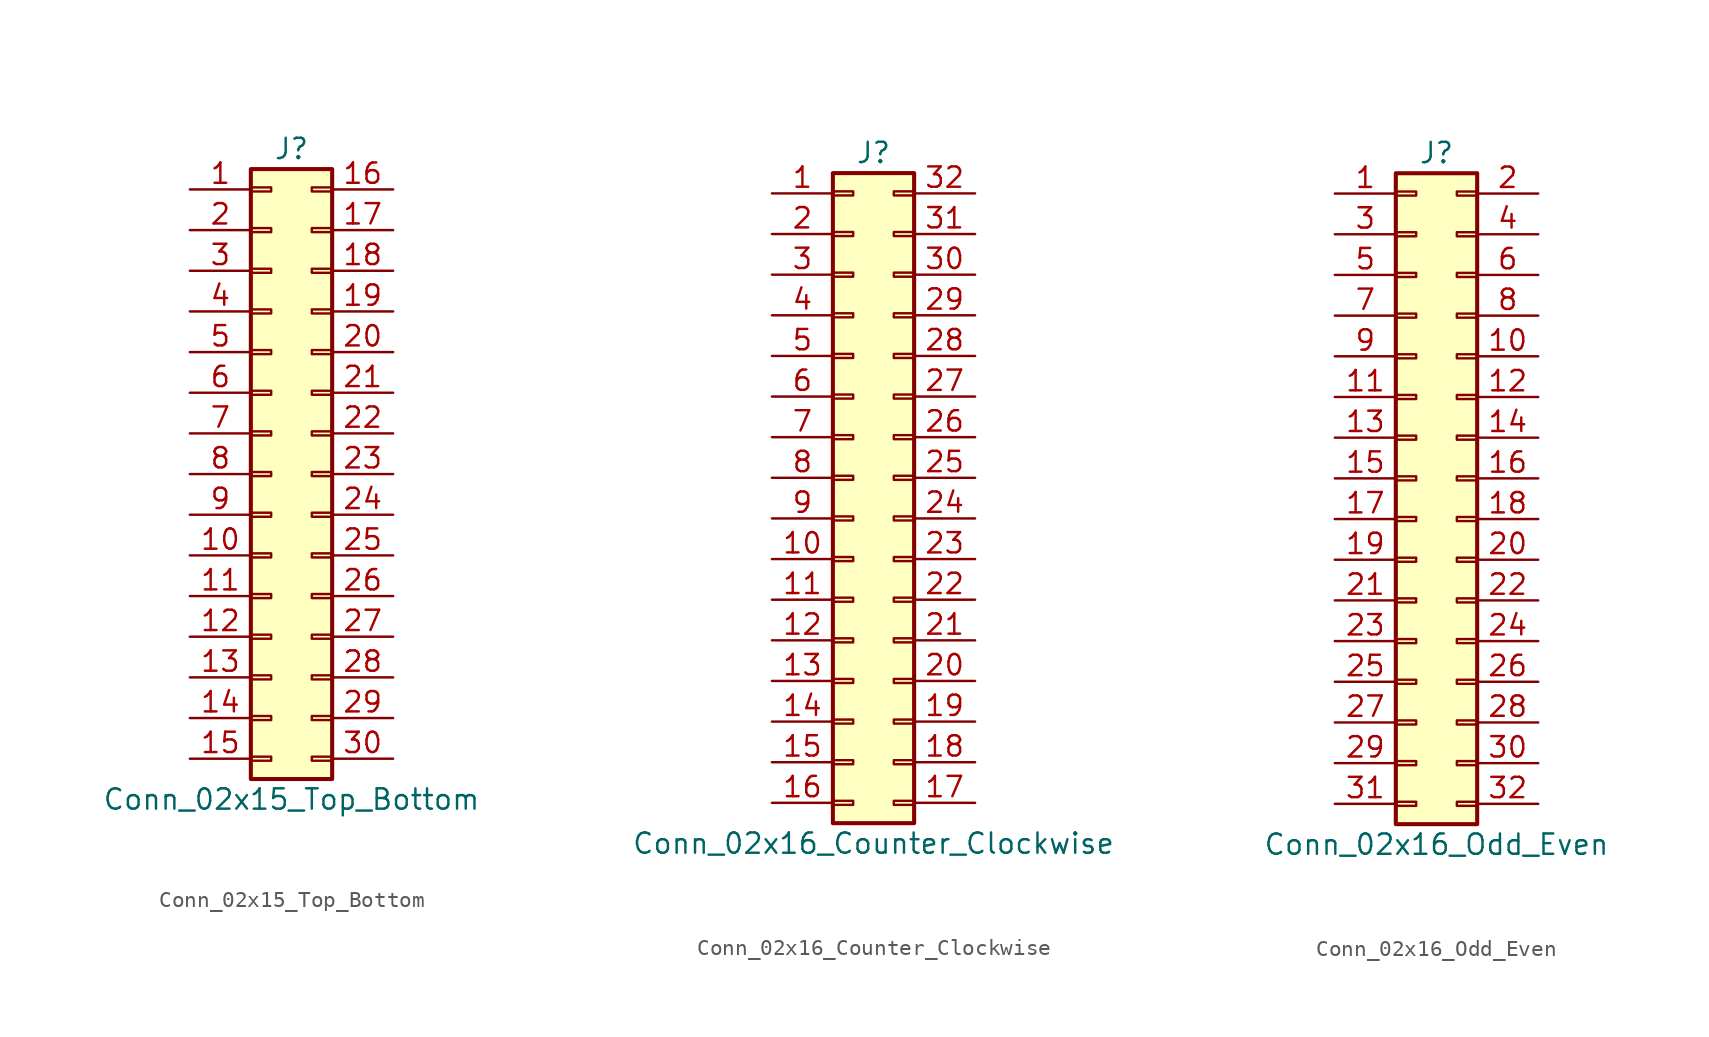
<source format=kicad_sym>
(kicad_symbol_lib
  (version 20201005)
  (generator kicad_symbol_editor)
  (symbol "Connector_Generic:Conn_02x15_Top_Bottom"
    (pin_names
      (offset 1.016) hide)
    (property "Reference" "J"
      (at 1.27 20.32 0)
      (effects (font (size 1.27 1.27))))
    (property "Value" "Conn_02x15_Top_Bottom"
      (at 1.27 -20.32 0)
      (effects (font (size 1.27 1.27))))
    (symbol "Conn_02x15_Top_Bottom_1_1"
      (rectangle (start -1.27 -4.953) (end 0 -5.207) (stroke (width 0.152)) (fill (type none)))
      (rectangle (start -1.27 -7.493) (end 0 -7.747) (stroke (width 0.152)) (fill (type none)))
      (rectangle (start -1.27 -10.033) (end 0 -10.287) (stroke (width 0.152)) (fill (type none)))
      (rectangle (start -1.27 -12.573) (end 0 -12.827) (stroke (width 0.152)) (fill (type none)))
      (rectangle (start -1.27 -15.113) (end 0 -15.367) (stroke (width 0.152)) (fill (type none)))
      (rectangle (start -1.27 -17.653) (end 0 -17.907) (stroke (width 0.152)) (fill (type none)))
      (rectangle (start -1.27 -2.413) (end 0 -2.667) (stroke (width 0.152)) (fill (type none)))
      (rectangle (start -1.27 2.667) (end 0 2.413) (stroke (width 0.152)) (fill (type none)))
      (rectangle (start -1.27 5.207) (end 0 4.953) (stroke (width 0.152)) (fill (type none)))
      (rectangle (start -1.27 7.747) (end 0 7.493) (stroke (width 0.152)) (fill (type none)))
      (rectangle (start -1.27 10.287) (end 0 10.033) (stroke (width 0.152)) (fill (type none)))
      (rectangle (start -1.27 0.127) (end 0 -0.127) (stroke (width 0.152)) (fill (type none)))
      (rectangle (start -1.27 12.827) (end 0 12.573) (stroke (width 0.152)) (fill (type none)))
      (rectangle (start -1.27 15.367) (end 0 15.113) (stroke (width 0.152)) (fill (type none)))
      (rectangle (start -1.27 17.907) (end 0 17.653) (stroke (width 0.152)) (fill (type none)))
      (rectangle (start -1.27 19.05) (end 3.81 -19.05) (stroke (width 0.254)) (fill (type background)))
      (rectangle (start 3.81 -4.953) (end 2.54 -5.207) (stroke (width 0.152)) (fill (type none)))
      (rectangle (start 3.81 -7.493) (end 2.54 -7.747) (stroke (width 0.152)) (fill (type none)))
      (rectangle (start 3.81 -10.033) (end 2.54 -10.287) (stroke (width 0.152)) (fill (type none)))
      (rectangle (start 3.81 -12.573) (end 2.54 -12.827) (stroke (width 0.152)) (fill (type none)))
      (rectangle (start 3.81 -15.113) (end 2.54 -15.367) (stroke (width 0.152)) (fill (type none)))
      (rectangle (start 3.81 -17.653) (end 2.54 -17.907) (stroke (width 0.152)) (fill (type none)))
      (rectangle (start 3.81 -2.413) (end 2.54 -2.667) (stroke (width 0.152)) (fill (type none)))
      (rectangle (start 3.81 2.667) (end 2.54 2.413) (stroke (width 0.152)) (fill (type none)))
      (rectangle (start 3.81 5.207) (end 2.54 4.953) (stroke (width 0.152)) (fill (type none)))
      (rectangle (start 3.81 7.747) (end 2.54 7.493) (stroke (width 0.152)) (fill (type none)))
      (rectangle (start 3.81 10.287) (end 2.54 10.033) (stroke (width 0.152)) (fill (type none)))
      (rectangle (start 3.81 0.127) (end 2.54 -0.127) (stroke (width 0.152)) (fill (type none)))
      (rectangle (start 3.81 12.827) (end 2.54 12.573) (stroke (width 0.152)) (fill (type none)))
      (rectangle (start 3.81 15.367) (end 2.54 15.113) (stroke (width 0.152)) (fill (type none)))
      (rectangle (start 3.81 17.907) (end 2.54 17.653) (stroke (width 0.152)) (fill (type none)))
      (pin passive line (at -5.08 17.78 0) (length 3.81) (name "Pin_1" (effects (font (size 1.27 1.27)))) (number "1" (effects (font (size 1.27 1.27)))))
      (pin passive line (at -5.08 -5.08 0) (length 3.81) (name "Pin_10" (effects (font (size 1.27 1.27)))) (number "10" (effects (font (size 1.27 1.27)))))
      (pin passive line (at -5.08 -7.62 0) (length 3.81) (name "Pin_11" (effects (font (size 1.27 1.27)))) (number "11" (effects (font (size 1.27 1.27)))))
      (pin passive line (at -5.08 -10.16 0) (length 3.81) (name "Pin_12" (effects (font (size 1.27 1.27)))) (number "12" (effects (font (size 1.27 1.27)))))
      (pin passive line (at -5.08 -12.7 0) (length 3.81) (name "Pin_13" (effects (font (size 1.27 1.27)))) (number "13" (effects (font (size 1.27 1.27)))))
      (pin passive line (at -5.08 -15.24 0) (length 3.81) (name "Pin_14" (effects (font (size 1.27 1.27)))) (number "14" (effects (font (size 1.27 1.27)))))
      (pin passive line (at -5.08 -17.78 0) (length 3.81) (name "Pin_15" (effects (font (size 1.27 1.27)))) (number "15" (effects (font (size 1.27 1.27)))))
      (pin passive line (at 7.62 17.78 180) (length 3.81) (name "Pin_16" (effects (font (size 1.27 1.27)))) (number "16" (effects (font (size 1.27 1.27)))))
      (pin passive line (at 7.62 15.24 180) (length 3.81) (name "Pin_17" (effects (font (size 1.27 1.27)))) (number "17" (effects (font (size 1.27 1.27)))))
      (pin passive line (at 7.62 12.7 180) (length 3.81) (name "Pin_18" (effects (font (size 1.27 1.27)))) (number "18" (effects (font (size 1.27 1.27)))))
      (pin passive line (at 7.62 10.16 180) (length 3.81) (name "Pin_19" (effects (font (size 1.27 1.27)))) (number "19" (effects (font (size 1.27 1.27)))))
      (pin passive line (at -5.08 15.24 0) (length 3.81) (name "Pin_2" (effects (font (size 1.27 1.27)))) (number "2" (effects (font (size 1.27 1.27)))))
      (pin passive line (at 7.62 7.62 180) (length 3.81) (name "Pin_20" (effects (font (size 1.27 1.27)))) (number "20" (effects (font (size 1.27 1.27)))))
      (pin passive line (at 7.62 5.08 180) (length 3.81) (name "Pin_21" (effects (font (size 1.27 1.27)))) (number "21" (effects (font (size 1.27 1.27)))))
      (pin passive line (at 7.62 2.54 180) (length 3.81) (name "Pin_22" (effects (font (size 1.27 1.27)))) (number "22" (effects (font (size 1.27 1.27)))))
      (pin passive line (at 7.62 0 180) (length 3.81) (name "Pin_23" (effects (font (size 1.27 1.27)))) (number "23" (effects (font (size 1.27 1.27)))))
      (pin passive line (at 7.62 -2.54 180) (length 3.81) (name "Pin_24" (effects (font (size 1.27 1.27)))) (number "24" (effects (font (size 1.27 1.27)))))
      (pin passive line (at 7.62 -5.08 180) (length 3.81) (name "Pin_25" (effects (font (size 1.27 1.27)))) (number "25" (effects (font (size 1.27 1.27)))))
      (pin passive line (at 7.62 -7.62 180) (length 3.81) (name "Pin_26" (effects (font (size 1.27 1.27)))) (number "26" (effects (font (size 1.27 1.27)))))
      (pin passive line (at 7.62 -10.16 180) (length 3.81) (name "Pin_27" (effects (font (size 1.27 1.27)))) (number "27" (effects (font (size 1.27 1.27)))))
      (pin passive line (at 7.62 -12.7 180) (length 3.81) (name "Pin_28" (effects (font (size 1.27 1.27)))) (number "28" (effects (font (size 1.27 1.27)))))
      (pin passive line (at 7.62 -15.24 180) (length 3.81) (name "Pin_29" (effects (font (size 1.27 1.27)))) (number "29" (effects (font (size 1.27 1.27)))))
      (pin passive line (at -5.08 12.7 0) (length 3.81) (name "Pin_3" (effects (font (size 1.27 1.27)))) (number "3" (effects (font (size 1.27 1.27)))))
      (pin passive line (at 7.62 -17.78 180) (length 3.81) (name "Pin_30" (effects (font (size 1.27 1.27)))) (number "30" (effects (font (size 1.27 1.27)))))
      (pin passive line (at -5.08 10.16 0) (length 3.81) (name "Pin_4" (effects (font (size 1.27 1.27)))) (number "4" (effects (font (size 1.27 1.27)))))
      (pin passive line (at -5.08 7.62 0) (length 3.81) (name "Pin_5" (effects (font (size 1.27 1.27)))) (number "5" (effects (font (size 1.27 1.27)))))
      (pin passive line (at -5.08 5.08 0) (length 3.81) (name "Pin_6" (effects (font (size 1.27 1.27)))) (number "6" (effects (font (size 1.27 1.27)))))
      (pin passive line (at -5.08 2.54 0) (length 3.81) (name "Pin_7" (effects (font (size 1.27 1.27)))) (number "7" (effects (font (size 1.27 1.27)))))
      (pin passive line (at -5.08 0 0) (length 3.81) (name "Pin_8" (effects (font (size 1.27 1.27)))) (number "8" (effects (font (size 1.27 1.27)))))
      (pin passive line (at -5.08 -2.54 0) (length 3.81) (name "Pin_9" (effects (font (size 1.27 1.27)))) (number "9" (effects (font (size 1.27 1.27)))))))
  (symbol "Connector_Generic:Conn_02x16_Counter_Clockwise"
    (pin_names
      (offset 1.016) hide)
    (property "Reference" "J"
      (at 1.27 20.32 0)
      (effects (font (size 1.27 1.27))))
    (property "Value" "Conn_02x16_Counter_Clockwise"
      (at 1.27 -22.86 0)
      (effects (font (size 1.27 1.27))))
    (symbol "Conn_02x16_Counter_Clockwise_1_1"
      (rectangle (start -1.27 -4.953) (end 0 -5.207) (stroke (width 0.152)) (fill (type none)))
      (rectangle (start -1.27 -7.493) (end 0 -7.747) (stroke (width 0.152)) (fill (type none)))
      (rectangle (start -1.27 -10.033) (end 0 -10.287) (stroke (width 0.152)) (fill (type none)))
      (rectangle (start -1.27 -12.573) (end 0 -12.827) (stroke (width 0.152)) (fill (type none)))
      (rectangle (start -1.27 -15.113) (end 0 -15.367) (stroke (width 0.152)) (fill (type none)))
      (rectangle (start -1.27 -17.653) (end 0 -17.907) (stroke (width 0.152)) (fill (type none)))
      (rectangle (start -1.27 -20.193) (end 0 -20.447) (stroke (width 0.152)) (fill (type none)))
      (rectangle (start -1.27 -2.413) (end 0 -2.667) (stroke (width 0.152)) (fill (type none)))
      (rectangle (start -1.27 2.667) (end 0 2.413) (stroke (width 0.152)) (fill (type none)))
      (rectangle (start -1.27 5.207) (end 0 4.953) (stroke (width 0.152)) (fill (type none)))
      (rectangle (start -1.27 7.747) (end 0 7.493) (stroke (width 0.152)) (fill (type none)))
      (rectangle (start -1.27 10.287) (end 0 10.033) (stroke (width 0.152)) (fill (type none)))
      (rectangle (start -1.27 0.127) (end 0 -0.127) (stroke (width 0.152)) (fill (type none)))
      (rectangle (start -1.27 12.827) (end 0 12.573) (stroke (width 0.152)) (fill (type none)))
      (rectangle (start -1.27 15.367) (end 0 15.113) (stroke (width 0.152)) (fill (type none)))
      (rectangle (start -1.27 17.907) (end 0 17.653) (stroke (width 0.152)) (fill (type none)))
      (rectangle (start -1.27 19.05) (end 3.81 -21.59) (stroke (width 0.254)) (fill (type background)))
      (rectangle (start 3.81 -4.953) (end 2.54 -5.207) (stroke (width 0.152)) (fill (type none)))
      (rectangle (start 3.81 -7.493) (end 2.54 -7.747) (stroke (width 0.152)) (fill (type none)))
      (rectangle (start 3.81 -10.033) (end 2.54 -10.287) (stroke (width 0.152)) (fill (type none)))
      (rectangle (start 3.81 -12.573) (end 2.54 -12.827) (stroke (width 0.152)) (fill (type none)))
      (rectangle (start 3.81 -15.113) (end 2.54 -15.367) (stroke (width 0.152)) (fill (type none)))
      (rectangle (start 3.81 -17.653) (end 2.54 -17.907) (stroke (width 0.152)) (fill (type none)))
      (rectangle (start 3.81 -20.193) (end 2.54 -20.447) (stroke (width 0.152)) (fill (type none)))
      (rectangle (start 3.81 -2.413) (end 2.54 -2.667) (stroke (width 0.152)) (fill (type none)))
      (rectangle (start 3.81 2.667) (end 2.54 2.413) (stroke (width 0.152)) (fill (type none)))
      (rectangle (start 3.81 5.207) (end 2.54 4.953) (stroke (width 0.152)) (fill (type none)))
      (rectangle (start 3.81 7.747) (end 2.54 7.493) (stroke (width 0.152)) (fill (type none)))
      (rectangle (start 3.81 10.287) (end 2.54 10.033) (stroke (width 0.152)) (fill (type none)))
      (rectangle (start 3.81 0.127) (end 2.54 -0.127) (stroke (width 0.152)) (fill (type none)))
      (rectangle (start 3.81 12.827) (end 2.54 12.573) (stroke (width 0.152)) (fill (type none)))
      (rectangle (start 3.81 15.367) (end 2.54 15.113) (stroke (width 0.152)) (fill (type none)))
      (rectangle (start 3.81 17.907) (end 2.54 17.653) (stroke (width 0.152)) (fill (type none)))
      (pin passive line (at -5.08 17.78 0) (length 3.81) (name "Pin_1" (effects (font (size 1.27 1.27)))) (number "1" (effects (font (size 1.27 1.27)))))
      (pin passive line (at -5.08 -5.08 0) (length 3.81) (name "Pin_10" (effects (font (size 1.27 1.27)))) (number "10" (effects (font (size 1.27 1.27)))))
      (pin passive line (at -5.08 -7.62 0) (length 3.81) (name "Pin_11" (effects (font (size 1.27 1.27)))) (number "11" (effects (font (size 1.27 1.27)))))
      (pin passive line (at -5.08 -10.16 0) (length 3.81) (name "Pin_12" (effects (font (size 1.27 1.27)))) (number "12" (effects (font (size 1.27 1.27)))))
      (pin passive line (at -5.08 -12.7 0) (length 3.81) (name "Pin_13" (effects (font (size 1.27 1.27)))) (number "13" (effects (font (size 1.27 1.27)))))
      (pin passive line (at -5.08 -15.24 0) (length 3.81) (name "Pin_14" (effects (font (size 1.27 1.27)))) (number "14" (effects (font (size 1.27 1.27)))))
      (pin passive line (at -5.08 -17.78 0) (length 3.81) (name "Pin_15" (effects (font (size 1.27 1.27)))) (number "15" (effects (font (size 1.27 1.27)))))
      (pin passive line (at -5.08 -20.32 0) (length 3.81) (name "Pin_16" (effects (font (size 1.27 1.27)))) (number "16" (effects (font (size 1.27 1.27)))))
      (pin passive line (at 7.62 -20.32 180) (length 3.81) (name "Pin_17" (effects (font (size 1.27 1.27)))) (number "17" (effects (font (size 1.27 1.27)))))
      (pin passive line (at 7.62 -17.78 180) (length 3.81) (name "Pin_18" (effects (font (size 1.27 1.27)))) (number "18" (effects (font (size 1.27 1.27)))))
      (pin passive line (at 7.62 -15.24 180) (length 3.81) (name "Pin_19" (effects (font (size 1.27 1.27)))) (number "19" (effects (font (size 1.27 1.27)))))
      (pin passive line (at -5.08 15.24 0) (length 3.81) (name "Pin_2" (effects (font (size 1.27 1.27)))) (number "2" (effects (font (size 1.27 1.27)))))
      (pin passive line (at 7.62 -12.7 180) (length 3.81) (name "Pin_20" (effects (font (size 1.27 1.27)))) (number "20" (effects (font (size 1.27 1.27)))))
      (pin passive line (at 7.62 -10.16 180) (length 3.81) (name "Pin_21" (effects (font (size 1.27 1.27)))) (number "21" (effects (font (size 1.27 1.27)))))
      (pin passive line (at 7.62 -7.62 180) (length 3.81) (name "Pin_22" (effects (font (size 1.27 1.27)))) (number "22" (effects (font (size 1.27 1.27)))))
      (pin passive line (at 7.62 -5.08 180) (length 3.81) (name "Pin_23" (effects (font (size 1.27 1.27)))) (number "23" (effects (font (size 1.27 1.27)))))
      (pin passive line (at 7.62 -2.54 180) (length 3.81) (name "Pin_24" (effects (font (size 1.27 1.27)))) (number "24" (effects (font (size 1.27 1.27)))))
      (pin passive line (at 7.62 0 180) (length 3.81) (name "Pin_25" (effects (font (size 1.27 1.27)))) (number "25" (effects (font (size 1.27 1.27)))))
      (pin passive line (at 7.62 2.54 180) (length 3.81) (name "Pin_26" (effects (font (size 1.27 1.27)))) (number "26" (effects (font (size 1.27 1.27)))))
      (pin passive line (at 7.62 5.08 180) (length 3.81) (name "Pin_27" (effects (font (size 1.27 1.27)))) (number "27" (effects (font (size 1.27 1.27)))))
      (pin passive line (at 7.62 7.62 180) (length 3.81) (name "Pin_28" (effects (font (size 1.27 1.27)))) (number "28" (effects (font (size 1.27 1.27)))))
      (pin passive line (at 7.62 10.16 180) (length 3.81) (name "Pin_29" (effects (font (size 1.27 1.27)))) (number "29" (effects (font (size 1.27 1.27)))))
      (pin passive line (at -5.08 12.7 0) (length 3.81) (name "Pin_3" (effects (font (size 1.27 1.27)))) (number "3" (effects (font (size 1.27 1.27)))))
      (pin passive line (at 7.62 12.7 180) (length 3.81) (name "Pin_30" (effects (font (size 1.27 1.27)))) (number "30" (effects (font (size 1.27 1.27)))))
      (pin passive line (at 7.62 15.24 180) (length 3.81) (name "Pin_31" (effects (font (size 1.27 1.27)))) (number "31" (effects (font (size 1.27 1.27)))))
      (pin passive line (at 7.62 17.78 180) (length 3.81) (name "Pin_32" (effects (font (size 1.27 1.27)))) (number "32" (effects (font (size 1.27 1.27)))))
      (pin passive line (at -5.08 10.16 0) (length 3.81) (name "Pin_4" (effects (font (size 1.27 1.27)))) (number "4" (effects (font (size 1.27 1.27)))))
      (pin passive line (at -5.08 7.62 0) (length 3.81) (name "Pin_5" (effects (font (size 1.27 1.27)))) (number "5" (effects (font (size 1.27 1.27)))))
      (pin passive line (at -5.08 5.08 0) (length 3.81) (name "Pin_6" (effects (font (size 1.27 1.27)))) (number "6" (effects (font (size 1.27 1.27)))))
      (pin passive line (at -5.08 2.54 0) (length 3.81) (name "Pin_7" (effects (font (size 1.27 1.27)))) (number "7" (effects (font (size 1.27 1.27)))))
      (pin passive line (at -5.08 0 0) (length 3.81) (name "Pin_8" (effects (font (size 1.27 1.27)))) (number "8" (effects (font (size 1.27 1.27)))))
      (pin passive line (at -5.08 -2.54 0) (length 3.81) (name "Pin_9" (effects (font (size 1.27 1.27)))) (number "9" (effects (font (size 1.27 1.27)))))))
  (symbol "Connector_Generic:Conn_02x16_Odd_Even"
    (pin_names
      (offset 1.016) hide)
    (property "Reference" "J"
      (at 1.27 20.32 0)
      (effects (font (size 1.27 1.27))))
    (property "Value" "Conn_02x16_Odd_Even"
      (at 1.27 -22.86 0)
      (effects (font (size 1.27 1.27))))
    (symbol "Conn_02x16_Odd_Even_1_1"
      (rectangle (start -1.27 -4.953) (end 0 -5.207) (stroke (width 0.152)) (fill (type none)))
      (rectangle (start -1.27 -7.493) (end 0 -7.747) (stroke (width 0.152)) (fill (type none)))
      (rectangle (start -1.27 -10.033) (end 0 -10.287) (stroke (width 0.152)) (fill (type none)))
      (rectangle (start -1.27 -12.573) (end 0 -12.827) (stroke (width 0.152)) (fill (type none)))
      (rectangle (start -1.27 -15.113) (end 0 -15.367) (stroke (width 0.152)) (fill (type none)))
      (rectangle (start -1.27 -17.653) (end 0 -17.907) (stroke (width 0.152)) (fill (type none)))
      (rectangle (start -1.27 -20.193) (end 0 -20.447) (stroke (width 0.152)) (fill (type none)))
      (rectangle (start -1.27 -2.413) (end 0 -2.667) (stroke (width 0.152)) (fill (type none)))
      (rectangle (start -1.27 2.667) (end 0 2.413) (stroke (width 0.152)) (fill (type none)))
      (rectangle (start -1.27 5.207) (end 0 4.953) (stroke (width 0.152)) (fill (type none)))
      (rectangle (start -1.27 7.747) (end 0 7.493) (stroke (width 0.152)) (fill (type none)))
      (rectangle (start -1.27 10.287) (end 0 10.033) (stroke (width 0.152)) (fill (type none)))
      (rectangle (start -1.27 0.127) (end 0 -0.127) (stroke (width 0.152)) (fill (type none)))
      (rectangle (start -1.27 12.827) (end 0 12.573) (stroke (width 0.152)) (fill (type none)))
      (rectangle (start -1.27 15.367) (end 0 15.113) (stroke (width 0.152)) (fill (type none)))
      (rectangle (start -1.27 17.907) (end 0 17.653) (stroke (width 0.152)) (fill (type none)))
      (rectangle (start -1.27 19.05) (end 3.81 -21.59) (stroke (width 0.254)) (fill (type background)))
      (rectangle (start 3.81 -4.953) (end 2.54 -5.207) (stroke (width 0.152)) (fill (type none)))
      (rectangle (start 3.81 -7.493) (end 2.54 -7.747) (stroke (width 0.152)) (fill (type none)))
      (rectangle (start 3.81 -10.033) (end 2.54 -10.287) (stroke (width 0.152)) (fill (type none)))
      (rectangle (start 3.81 -12.573) (end 2.54 -12.827) (stroke (width 0.152)) (fill (type none)))
      (rectangle (start 3.81 -15.113) (end 2.54 -15.367) (stroke (width 0.152)) (fill (type none)))
      (rectangle (start 3.81 -17.653) (end 2.54 -17.907) (stroke (width 0.152)) (fill (type none)))
      (rectangle (start 3.81 -20.193) (end 2.54 -20.447) (stroke (width 0.152)) (fill (type none)))
      (rectangle (start 3.81 -2.413) (end 2.54 -2.667) (stroke (width 0.152)) (fill (type none)))
      (rectangle (start 3.81 2.667) (end 2.54 2.413) (stroke (width 0.152)) (fill (type none)))
      (rectangle (start 3.81 5.207) (end 2.54 4.953) (stroke (width 0.152)) (fill (type none)))
      (rectangle (start 3.81 7.747) (end 2.54 7.493) (stroke (width 0.152)) (fill (type none)))
      (rectangle (start 3.81 10.287) (end 2.54 10.033) (stroke (width 0.152)) (fill (type none)))
      (rectangle (start 3.81 0.127) (end 2.54 -0.127) (stroke (width 0.152)) (fill (type none)))
      (rectangle (start 3.81 12.827) (end 2.54 12.573) (stroke (width 0.152)) (fill (type none)))
      (rectangle (start 3.81 15.367) (end 2.54 15.113) (stroke (width 0.152)) (fill (type none)))
      (rectangle (start 3.81 17.907) (end 2.54 17.653) (stroke (width 0.152)) (fill (type none)))
      (pin passive line (at -5.08 17.78 0) (length 3.81) (name "Pin_1" (effects (font (size 1.27 1.27)))) (number "1" (effects (font (size 1.27 1.27)))))
      (pin passive line (at 7.62 7.62 180) (length 3.81) (name "Pin_10" (effects (font (size 1.27 1.27)))) (number "10" (effects (font (size 1.27 1.27)))))
      (pin passive line (at -5.08 5.08 0) (length 3.81) (name "Pin_11" (effects (font (size 1.27 1.27)))) (number "11" (effects (font (size 1.27 1.27)))))
      (pin passive line (at 7.62 5.08 180) (length 3.81) (name "Pin_12" (effects (font (size 1.27 1.27)))) (number "12" (effects (font (size 1.27 1.27)))))
      (pin passive line (at -5.08 2.54 0) (length 3.81) (name "Pin_13" (effects (font (size 1.27 1.27)))) (number "13" (effects (font (size 1.27 1.27)))))
      (pin passive line (at 7.62 2.54 180) (length 3.81) (name "Pin_14" (effects (font (size 1.27 1.27)))) (number "14" (effects (font (size 1.27 1.27)))))
      (pin passive line (at -5.08 0 0) (length 3.81) (name "Pin_15" (effects (font (size 1.27 1.27)))) (number "15" (effects (font (size 1.27 1.27)))))
      (pin passive line (at 7.62 0 180) (length 3.81) (name "Pin_16" (effects (font (size 1.27 1.27)))) (number "16" (effects (font (size 1.27 1.27)))))
      (pin passive line (at -5.08 -2.54 0) (length 3.81) (name "Pin_17" (effects (font (size 1.27 1.27)))) (number "17" (effects (font (size 1.27 1.27)))))
      (pin passive line (at 7.62 -2.54 180) (length 3.81) (name "Pin_18" (effects (font (size 1.27 1.27)))) (number "18" (effects (font (size 1.27 1.27)))))
      (pin passive line (at -5.08 -5.08 0) (length 3.81) (name "Pin_19" (effects (font (size 1.27 1.27)))) (number "19" (effects (font (size 1.27 1.27)))))
      (pin passive line (at 7.62 17.78 180) (length 3.81) (name "Pin_2" (effects (font (size 1.27 1.27)))) (number "2" (effects (font (size 1.27 1.27)))))
      (pin passive line (at 7.62 -5.08 180) (length 3.81) (name "Pin_20" (effects (font (size 1.27 1.27)))) (number "20" (effects (font (size 1.27 1.27)))))
      (pin passive line (at -5.08 -7.62 0) (length 3.81) (name "Pin_21" (effects (font (size 1.27 1.27)))) (number "21" (effects (font (size 1.27 1.27)))))
      (pin passive line (at 7.62 -7.62 180) (length 3.81) (name "Pin_22" (effects (font (size 1.27 1.27)))) (number "22" (effects (font (size 1.27 1.27)))))
      (pin passive line (at -5.08 -10.16 0) (length 3.81) (name "Pin_23" (effects (font (size 1.27 1.27)))) (number "23" (effects (font (size 1.27 1.27)))))
      (pin passive line (at 7.62 -10.16 180) (length 3.81) (name "Pin_24" (effects (font (size 1.27 1.27)))) (number "24" (effects (font (size 1.27 1.27)))))
      (pin passive line (at -5.08 -12.7 0) (length 3.81) (name "Pin_25" (effects (font (size 1.27 1.27)))) (number "25" (effects (font (size 1.27 1.27)))))
      (pin passive line (at 7.62 -12.7 180) (length 3.81) (name "Pin_26" (effects (font (size 1.27 1.27)))) (number "26" (effects (font (size 1.27 1.27)))))
      (pin passive line (at -5.08 -15.24 0) (length 3.81) (name "Pin_27" (effects (font (size 1.27 1.27)))) (number "27" (effects (font (size 1.27 1.27)))))
      (pin passive line (at 7.62 -15.24 180) (length 3.81) (name "Pin_28" (effects (font (size 1.27 1.27)))) (number "28" (effects (font (size 1.27 1.27)))))
      (pin passive line (at -5.08 -17.78 0) (length 3.81) (name "Pin_29" (effects (font (size 1.27 1.27)))) (number "29" (effects (font (size 1.27 1.27)))))
      (pin passive line (at -5.08 15.24 0) (length 3.81) (name "Pin_3" (effects (font (size 1.27 1.27)))) (number "3" (effects (font (size 1.27 1.27)))))
      (pin passive line (at 7.62 -17.78 180) (length 3.81) (name "Pin_30" (effects (font (size 1.27 1.27)))) (number "30" (effects (font (size 1.27 1.27)))))
      (pin passive line (at -5.08 -20.32 0) (length 3.81) (name "Pin_31" (effects (font (size 1.27 1.27)))) (number "31" (effects (font (size 1.27 1.27)))))
      (pin passive line (at 7.62 -20.32 180) (length 3.81) (name "Pin_32" (effects (font (size 1.27 1.27)))) (number "32" (effects (font (size 1.27 1.27)))))
      (pin passive line (at 7.62 15.24 180) (length 3.81) (name "Pin_4" (effects (font (size 1.27 1.27)))) (number "4" (effects (font (size 1.27 1.27)))))
      (pin passive line (at -5.08 12.7 0) (length 3.81) (name "Pin_5" (effects (font (size 1.27 1.27)))) (number "5" (effects (font (size 1.27 1.27)))))
      (pin passive line (at 7.62 12.7 180) (length 3.81) (name "Pin_6" (effects (font (size 1.27 1.27)))) (number "6" (effects (font (size 1.27 1.27)))))
      (pin passive line (at -5.08 10.16 0) (length 3.81) (name "Pin_7" (effects (font (size 1.27 1.27)))) (number "7" (effects (font (size 1.27 1.27)))))
      (pin passive line (at 7.62 10.16 180) (length 3.81) (name "Pin_8" (effects (font (size 1.27 1.27)))) (number "8" (effects (font (size 1.27 1.27)))))
      (pin passive line (at -5.08 7.62 0) (length 3.81) (name "Pin_9" (effects (font (size 1.27 1.27)))) (number "9" (effects (font (size 1.27 1.27))))))))
</source>
